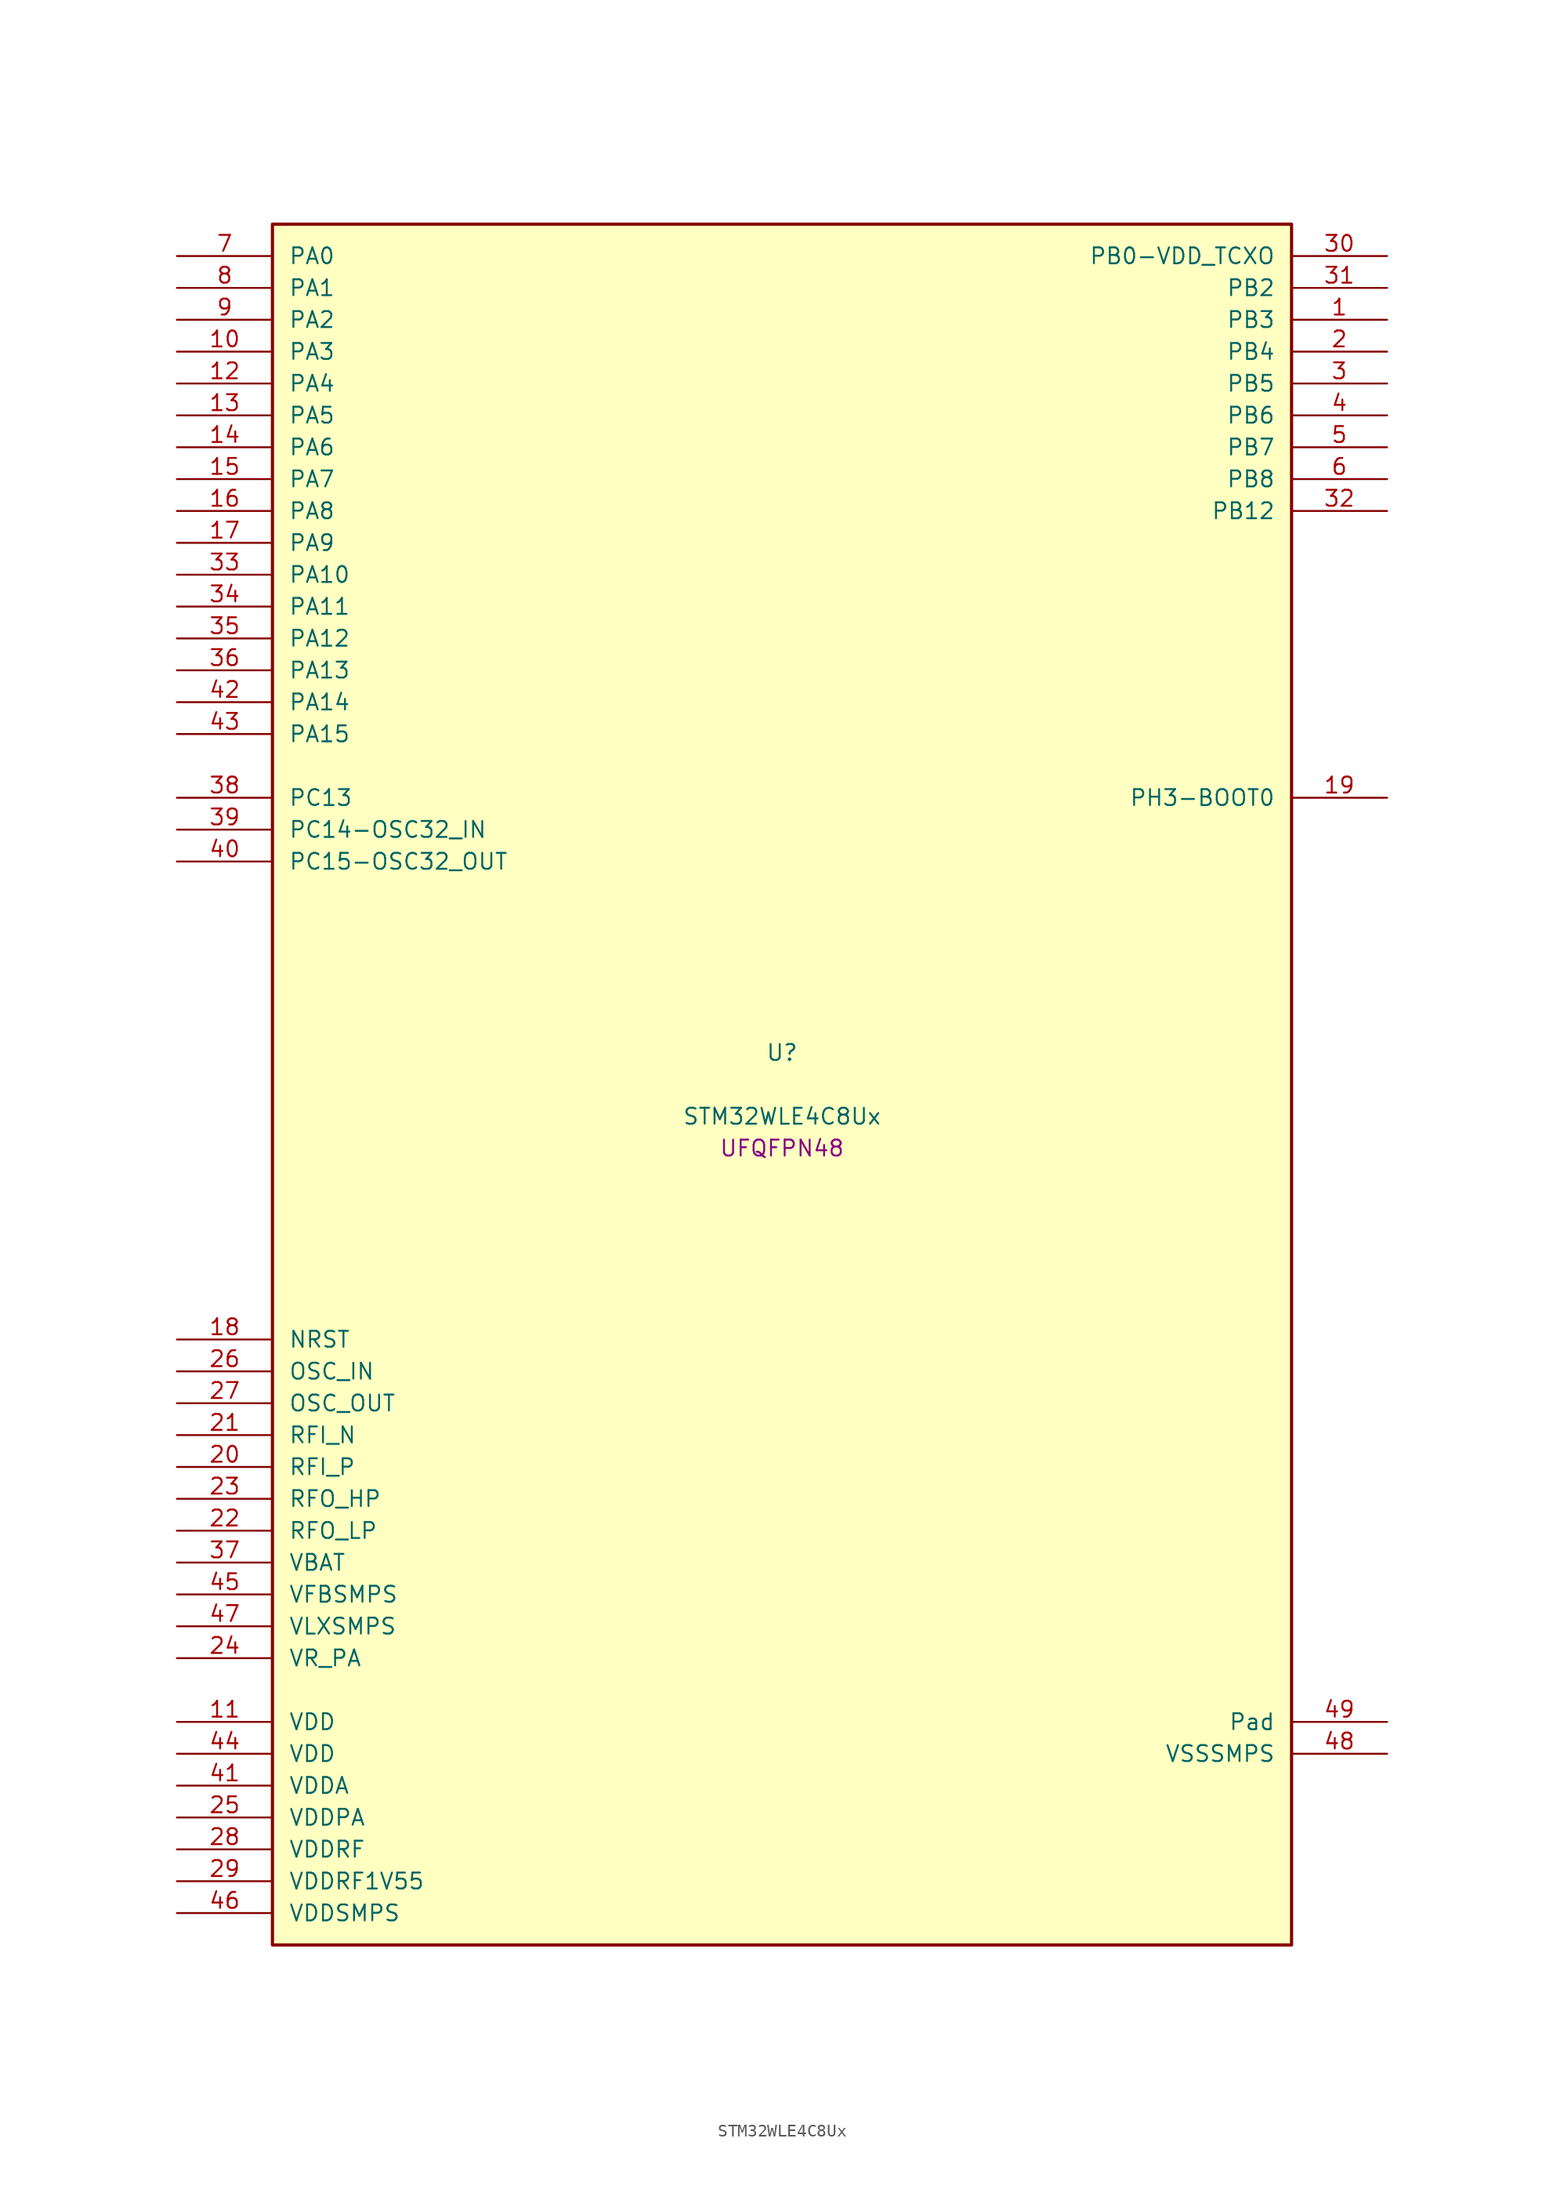
<source format=kicad_sym>
(kicad_symbol_lib
  (version 20241209)
  (generator "stm32_pkl_generator")
  (generator_version "1.0")
  (symbol "STM32WLE4C8Ux"
    (pin_names
      (offset 1.27))
    (property "Reference" "U"
      (at 0 2.54 0))
    (property "Value" "STM32WLE4C8Ux"
      (at 0 -2.54 0))
    (property "Footprint" "UFQFPN48"
      (at 0 -5.08 0))
    (symbol "STM32WLE4C8Ux_1_1"
      (rectangle (start -40.64 68.58) (end 40.64 -68.58) (stroke (width 0.254) (type solid)) (fill (type background)))
      (pin bidirectional line (at -48.26 66.04 0) (length 7.62) (name "PA0") (number "7") (alternate "PA0/COMP1_OUT" bidirectional line) (alternate "PA0/DEBUG_PWR-REGLP1S" bidirectional line) (alternate "PA0/I2C3_SMBA" bidirectional line) (alternate "PA0/I2S_CKIN" bidirectional line) (alternate "PA0/PWR_WKUP1" bidirectional line) (alternate "PA0/RTC_TAMP_IN2" bidirectional line) (alternate "PA0/TIM2_CH1" bidirectional line) (alternate "PA0/TIM2_ETR" bidirectional line) (alternate "PA0/USART2_CTS" bidirectional line) (alternate "PA0/USART2_NSS" bidirectional line))
      (pin bidirectional line (at -48.26 63.5 0) (length 7.62) (name "PA1") (number "8") (alternate "PA1/DEBUG_PWR-REGLP2S" bidirectional line) (alternate "PA1/I2C1_SMBA" bidirectional line) (alternate "PA1/LPTIM3_OUT" bidirectional line) (alternate "PA1/LPUART1_RTS" bidirectional line) (alternate "PA1/SPI1_SCK" bidirectional line) (alternate "PA1/TIM2_CH2" bidirectional line) (alternate "PA1/USART2_DE" bidirectional line) (alternate "PA1/USART2_RTS" bidirectional line))
      (pin bidirectional line (at -48.26 60.96 0) (length 7.62) (name "PA2") (number "9") (alternate "PA2/COMP2_OUT" bidirectional line) (alternate "PA2/DEBUG_PWR-LDORDY" bidirectional line) (alternate "PA2/LPUART1_TX" bidirectional line) (alternate "PA2/RCC_LSCO" bidirectional line) (alternate "PA2/TIM2_CH3" bidirectional line) (alternate "PA2/USART2_TX" bidirectional line))
      (pin bidirectional line (at -48.26 58.42 0) (length 7.62) (name "PA3") (number "10") (alternate "PA3/I2S2_MCK" bidirectional line) (alternate "PA3/LPUART1_RX" bidirectional line) (alternate "PA3/TIM2_CH4" bidirectional line) (alternate "PA3/USART2_RX" bidirectional line))
      (pin bidirectional line (at -48.26 55.88 0) (length 7.62) (name "PA4") (number "12") (alternate "PA4/DEBUG_SUBGHZSPI-NSSOUT" bidirectional line) (alternate "PA4/LPTIM1_OUT" bidirectional line) (alternate "PA4/LPTIM2_OUT" bidirectional line) (alternate "PA4/RTC_OUT2" bidirectional line) (alternate "PA4/SPI1_NSS" bidirectional line) (alternate "PA4/USART2_CK" bidirectional line))
      (pin bidirectional line (at -48.26 53.34 0) (length 7.62) (name "PA5") (number "13") (alternate "PA5/DEBUG_SUBGHZSPI-SCKOUT" bidirectional line) (alternate "PA5/LPTIM2_ETR" bidirectional line) (alternate "PA5/SPI1_SCK" bidirectional line) (alternate "PA5/SPI2_MISO" bidirectional line) (alternate "PA5/TIM2_CH1" bidirectional line) (alternate "PA5/TIM2_ETR" bidirectional line))
      (pin bidirectional line (at -48.26 50.8 0) (length 7.62) (name "PA6") (number "14") (alternate "PA6/DEBUG_SUBGHZSPI-MISOOUT" bidirectional line) (alternate "PA6/I2C2_SMBA" bidirectional line) (alternate "PA6/LPUART1_CTS" bidirectional line) (alternate "PA6/SPI1_MISO" bidirectional line) (alternate "PA6/TIM16_CH1" bidirectional line) (alternate "PA6/TIM1_BKIN" bidirectional line))
      (pin bidirectional line (at -48.26 48.26 0) (length 7.62) (name "PA7") (number "15") (alternate "PA7/COMP2_OUT" bidirectional line) (alternate "PA7/DEBUG_SUBGHZSPI-MOSIOUT" bidirectional line) (alternate "PA7/I2C3_SCL" bidirectional line) (alternate "PA7/SPI1_MOSI" bidirectional line) (alternate "PA7/TIM17_CH1" bidirectional line) (alternate "PA7/TIM1_CH1N" bidirectional line))
      (pin bidirectional line (at -48.26 45.72 0) (length 7.62) (name "PA8") (number "16") (alternate "PA8/I2S2_CK" bidirectional line) (alternate "PA8/LPTIM2_OUT" bidirectional line) (alternate "PA8/RCC_MCO" bidirectional line) (alternate "PA8/SPI2_SCK" bidirectional line) (alternate "PA8/TIM1_CH1" bidirectional line) (alternate "PA8/USART1_CK" bidirectional line))
      (pin bidirectional line (at -48.26 43.18 0) (length 7.62) (name "PA9") (number "17") (alternate "PA9/DAC_EXTI9" bidirectional line) (alternate "PA9/I2C1_SCL" bidirectional line) (alternate "PA9/I2S2_CK" bidirectional line) (alternate "PA9/I2S2_WS" bidirectional line) (alternate "PA9/SPI2_NSS" bidirectional line) (alternate "PA9/SPI2_SCK" bidirectional line) (alternate "PA9/TIM1_CH2" bidirectional line) (alternate "PA9/USART1_TX" bidirectional line))
      (pin bidirectional line (at -48.26 40.64 0) (length 7.62) (name "PA10") (number "33") (alternate "PA10/ADC_IN6" bidirectional line) (alternate "PA10/COMP1_INM" bidirectional line) (alternate "PA10/COMP2_INM" bidirectional line) (alternate "PA10/DAC_OUT1" bidirectional line) (alternate "PA10/DEBUG_RF-HSE32RDY" bidirectional line) (alternate "PA10/I2C1_SDA" bidirectional line) (alternate "PA10/I2S2_SD" bidirectional line) (alternate "PA10/RTC_REFIN" bidirectional line) (alternate "PA10/SPI2_MOSI" bidirectional line) (alternate "PA10/TIM17_BKIN" bidirectional line) (alternate "PA10/TIM1_CH3" bidirectional line) (alternate "PA10/USART1_RX" bidirectional line))
      (pin bidirectional line (at -48.26 38.1 0) (length 7.62) (name "PA11") (number "34") (alternate "PA11/ADC_EXTI11" bidirectional line) (alternate "PA11/ADC_IN7" bidirectional line) (alternate "PA11/COMP1_INM" bidirectional line) (alternate "PA11/COMP2_INM" bidirectional line) (alternate "PA11/DEBUG_RF-NRESET" bidirectional line) (alternate "PA11/I2C2_SDA" bidirectional line) (alternate "PA11/LPTIM3_ETR" bidirectional line) (alternate "PA11/SPI1_MISO" bidirectional line) (alternate "PA11/TIM1_BKIN2" bidirectional line) (alternate "PA11/TIM1_CH4" bidirectional line) (alternate "PA11/USART1_CTS" bidirectional line) (alternate "PA11/USART1_NSS" bidirectional line))
      (pin bidirectional line (at -48.26 35.56 0) (length 7.62) (name "PA12") (number "35") (alternate "PA12/ADC_IN8" bidirectional line) (alternate "PA12/DEBUG_RF-BUSY" bidirectional line) (alternate "PA12/I2C2_SCL" bidirectional line) (alternate "PA12/LPTIM3_IN1" bidirectional line) (alternate "PA12/SPI1_MOSI" bidirectional line) (alternate "PA12/TIM1_ETR" bidirectional line) (alternate "PA12/USART1_DE" bidirectional line) (alternate "PA12/USART1_RTS" bidirectional line))
      (pin bidirectional line (at -48.26 33.02 0) (length 7.62) (name "PA13") (number "36") (alternate "PA13/ADC_IN9" bidirectional line) (alternate "PA13/DEBUG_JTMS-SWDIO" bidirectional line) (alternate "PA13/I2C2_SMBA" bidirectional line) (alternate "PA13/IR_OUT" bidirectional line))
      (pin bidirectional line (at -48.26 30.48 0) (length 7.62) (name "PA14") (number "42") (alternate "PA14/ADC_IN10" bidirectional line) (alternate "PA14/DEBUG_JTCK-SWCLK" bidirectional line) (alternate "PA14/I2C1_SMBA" bidirectional line) (alternate "PA14/LPTIM1_OUT" bidirectional line))
      (pin bidirectional line (at -48.26 27.94 0) (length 7.62) (name "PA15") (number "43") (alternate "PA15/ADC_IN11" bidirectional line) (alternate "PA15/COMP1_INM" bidirectional line) (alternate "PA15/COMP2_INP" bidirectional line) (alternate "PA15/DEBUG_JTDI" bidirectional line) (alternate "PA15/I2C2_SDA" bidirectional line) (alternate "PA15/SPI1_NSS" bidirectional line) (alternate "PA15/TIM2_CH1" bidirectional line) (alternate "PA15/TIM2_ETR" bidirectional line))
      (pin bidirectional line (at 48.26 66.04 180) (length 7.62) (name "PB0-VDD_TCXO") (number "30") (alternate "PB0-VDD_TCXO/COMP1_OUT" bidirectional line) (alternate "PB0-VDD_TCXO/VDDTCXO" bidirectional line))
      (pin bidirectional line (at 48.26 63.5 180) (length 7.62) (name "PB2") (number "31") (alternate "PB2/ADC_IN4" bidirectional line) (alternate "PB2/COMP1_INP" bidirectional line) (alternate "PB2/COMP2_INM" bidirectional line) (alternate "PB2/DEBUG_RF-SMPSRDY" bidirectional line) (alternate "PB2/I2C3_SMBA" bidirectional line) (alternate "PB2/LPTIM1_OUT" bidirectional line) (alternate "PB2/SPI1_NSS" bidirectional line))
      (pin bidirectional line (at 48.26 60.96 180) (length 7.62) (name "PB3") (number "1") (alternate "PB3/ADC_IN2" bidirectional line) (alternate "PB3/COMP1_INM" bidirectional line) (alternate "PB3/COMP2_INM" bidirectional line) (alternate "PB3/DEBUG_JTDO-SWO" bidirectional line) (alternate "PB3/DEBUG_RF-DTB1" bidirectional line) (alternate "PB3/PWR_WKUP3" bidirectional line) (alternate "PB3/RTC_TAMP_IN3" bidirectional line) (alternate "PB3/SPI1_SCK" bidirectional line) (alternate "PB3/TIM2_CH2" bidirectional line) (alternate "PB3/USART1_DE" bidirectional line) (alternate "PB3/USART1_RTS" bidirectional line))
      (pin bidirectional line (at 48.26 58.42 180) (length 7.62) (name "PB4") (number "2") (alternate "PB4/ADC_IN3" bidirectional line) (alternate "PB4/COMP1_INP" bidirectional line) (alternate "PB4/COMP2_INP" bidirectional line) (alternate "PB4/DEBUG_JTRST" bidirectional line) (alternate "PB4/DEBUG_RF-LDORDY" bidirectional line) (alternate "PB4/I2C3_SDA" bidirectional line) (alternate "PB4/SPI1_MISO" bidirectional line) (alternate "PB4/TIM17_BKIN" bidirectional line) (alternate "PB4/USART1_CTS" bidirectional line) (alternate "PB4/USART1_NSS" bidirectional line))
      (pin bidirectional line (at 48.26 55.88 180) (length 7.62) (name "PB5") (number "3") (alternate "PB5/COMP2_OUT" bidirectional line) (alternate "PB5/I2C1_SMBA" bidirectional line) (alternate "PB5/LPTIM1_IN1" bidirectional line) (alternate "PB5/SPI1_MOSI" bidirectional line) (alternate "PB5/TIM16_BKIN" bidirectional line) (alternate "PB5/USART1_CK" bidirectional line))
      (pin bidirectional line (at 48.26 53.34 180) (length 7.62) (name "PB6") (number "4") (alternate "PB6/I2C1_SCL" bidirectional line) (alternate "PB6/LPTIM1_ETR" bidirectional line) (alternate "PB6/TIM16_CH1N" bidirectional line) (alternate "PB6/USART1_TX" bidirectional line))
      (pin bidirectional line (at 48.26 50.8 180) (length 7.62) (name "PB7") (number "5") (alternate "PB7/I2C1_SDA" bidirectional line) (alternate "PB7/LPTIM1_IN2" bidirectional line) (alternate "PB7/PWR_PVD_IN" bidirectional line) (alternate "PB7/TIM17_CH1N" bidirectional line) (alternate "PB7/TIM1_BKIN" bidirectional line) (alternate "PB7/USART1_RX" bidirectional line))
      (pin bidirectional line (at 48.26 48.26 180) (length 7.62) (name "PB8") (number "6") (alternate "PB8/I2C1_SCL" bidirectional line) (alternate "PB8/TIM16_CH1" bidirectional line) (alternate "PB8/TIM1_CH2N" bidirectional line))
      (pin bidirectional line (at 48.26 45.72 180) (length 7.62) (name "PB12") (number "32") (alternate "PB12/I2C3_SMBA" bidirectional line) (alternate "PB12/I2S2_WS" bidirectional line) (alternate "PB12/LPUART1_RTS" bidirectional line) (alternate "PB12/SPI2_NSS" bidirectional line) (alternate "PB12/TIM1_BKIN" bidirectional line))
      (pin bidirectional line (at -48.26 22.86 0) (length 7.62) (name "PC13") (number "38") (alternate "PC13/PWR_WKUP2" bidirectional line) (alternate "PC13/RTC_OUT1" bidirectional line) (alternate "PC13/RTC_TAMP_IN1" bidirectional line) (alternate "PC13/RTC_TS" bidirectional line))
      (pin bidirectional line (at -48.26 20.32 0) (length 7.62) (name "PC14-OSC32_IN") (number "39") (alternate "PC14-OSC32_IN/RCC_OSC32_IN" bidirectional line))
      (pin bidirectional line (at -48.26 17.78 0) (length 7.62) (name "PC15-OSC32_OUT") (number "40") (alternate "PC15-OSC32_OUT/RCC_OSC32_OUT" bidirectional line))
      (pin bidirectional line (at 48.26 22.86 180) (length 7.62) (name "PH3-BOOT0") (number "19"))
      (pin input line (at -48.26 -20.32 0) (length 7.62) (name "NRST") (number "18"))
      (pin bidirectional line (at -48.26 -22.86 0) (length 7.62) (name "OSC_IN") (number "26") (alternate "OSC_IN/RCC_OSC_IN" bidirectional line))
      (pin bidirectional line (at -48.26 -25.4 0) (length 7.62) (name "OSC_OUT") (number "27") (alternate "OSC_OUT/RCC_OSC_OUT" bidirectional line))
      (pin bidirectional line (at -48.26 -27.94 0) (length 7.62) (name "RFI_N") (number "21"))
      (pin bidirectional line (at -48.26 -30.48 0) (length 7.62) (name "RFI_P") (number "20"))
      (pin bidirectional line (at -48.26 -33.02 0) (length 7.62) (name "RFO_HP") (number "23"))
      (pin bidirectional line (at -48.26 -35.56 0) (length 7.62) (name "RFO_LP") (number "22"))
      (pin power_in line (at -48.26 -38.1 0) (length 7.62) (name "VBAT") (number "37"))
      (pin power_in line (at -48.26 -40.64 0) (length 7.62) (name "VFBSMPS") (number "45"))
      (pin power_in line (at -48.26 -43.18 0) (length 7.62) (name "VLXSMPS") (number "47"))
      (pin power_in line (at -48.26 -45.72 0) (length 7.62) (name "VR_PA") (number "24"))
      (pin power_in line (at -48.26 -50.8 0) (length 7.62) (name "VDD") (number "11"))
      (pin power_in line (at -48.26 -53.34 0) (length 7.62) (name "VDD") (number "44"))
      (pin power_in line (at -48.26 -55.88 0) (length 7.62) (name "VDDA") (number "41"))
      (pin power_in line (at -48.26 -58.42 0) (length 7.62) (name "VDDPA") (number "25"))
      (pin power_in line (at -48.26 -60.96 0) (length 7.62) (name "VDDRF") (number "28"))
      (pin power_in line (at -48.26 -63.5 0) (length 7.62) (name "VDDRF1V55") (number "29"))
      (pin power_in line (at -48.26 -66.04 0) (length 7.62) (name "VDDSMPS") (number "46"))
      (pin passive line (at 48.26 -50.8 180) (length 7.62) (name "Pad") (number "49"))
      (pin power_in line (at 48.26 -53.34 180) (length 7.62) (name "VSSSMPS") (number "48")))))
</source>
